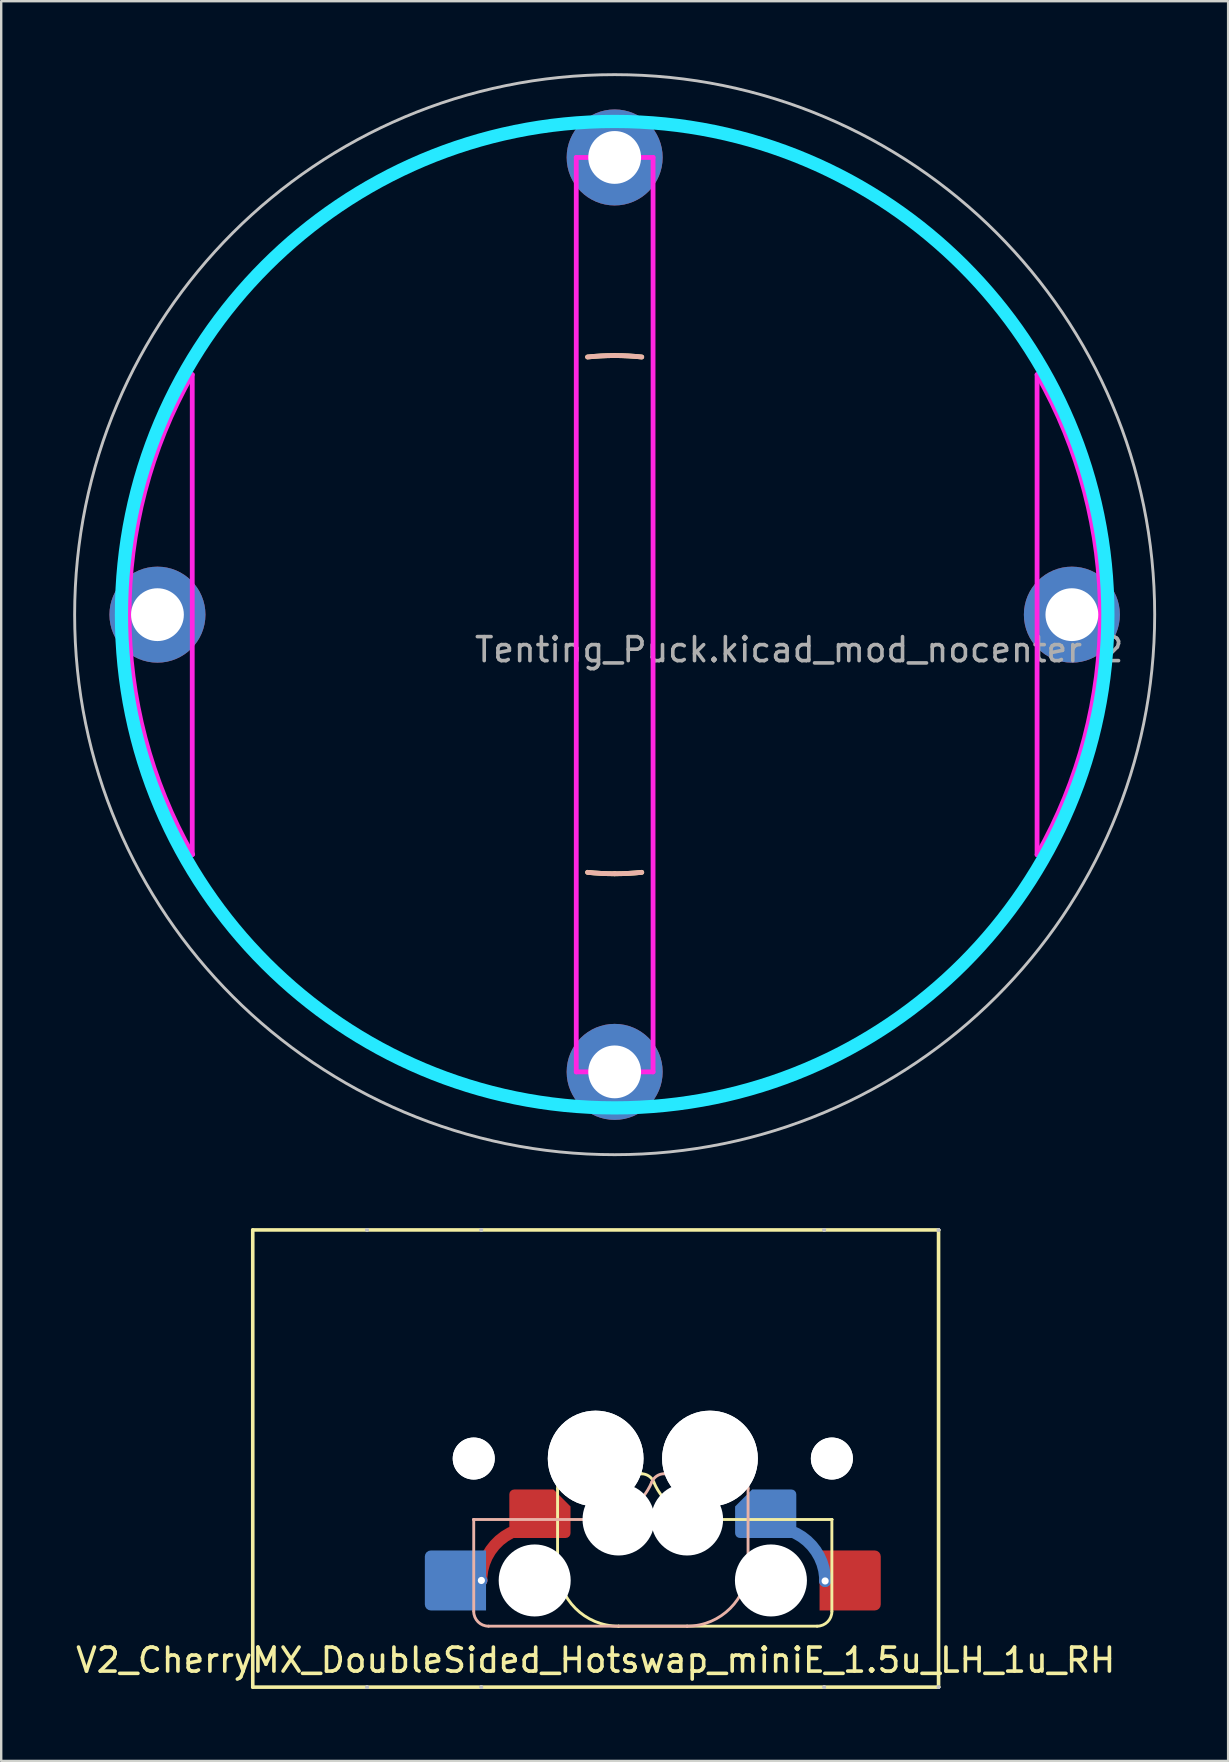
<source format=kicad_pcb>
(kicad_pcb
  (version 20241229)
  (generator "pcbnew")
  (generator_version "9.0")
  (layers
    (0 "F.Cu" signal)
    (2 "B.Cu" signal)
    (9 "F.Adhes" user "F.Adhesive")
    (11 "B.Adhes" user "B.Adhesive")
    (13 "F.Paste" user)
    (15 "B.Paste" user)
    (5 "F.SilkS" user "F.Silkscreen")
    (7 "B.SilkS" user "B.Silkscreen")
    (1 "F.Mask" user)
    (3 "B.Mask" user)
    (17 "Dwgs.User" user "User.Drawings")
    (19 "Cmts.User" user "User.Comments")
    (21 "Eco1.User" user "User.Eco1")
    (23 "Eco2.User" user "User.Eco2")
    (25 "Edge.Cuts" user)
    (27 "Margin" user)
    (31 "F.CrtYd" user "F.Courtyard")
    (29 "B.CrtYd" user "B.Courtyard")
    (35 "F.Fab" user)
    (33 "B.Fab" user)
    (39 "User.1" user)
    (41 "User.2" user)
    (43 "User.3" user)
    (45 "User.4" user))
  (footprint "Tenting_Puck.kicad_mod_nocenter 2"
    (layer "F.Cu")
    (at 22.56 22.56)
    (property "Reference" "Tenting_Puck.kicad_mod_nocenter 2" (at 7.684 1.46 0) (layer "F.Fab") (effects (font (size 1 1) (thickness 0.15))))
    (attr through_hole)
    (fp_arc (start -20.32 -2.8575) (mid -19.91151 -4.959786) (end -19.286134 -7.008048) (stroke (width 0.2) (type solid)) (layer "F.SilkS"))
    (fp_arc (start -19.286134 7.008047) (mid -19.91151 4.959786) (end -20.32 2.8575) (stroke (width 0.2) (type solid)) (layer "F.SilkS"))
    (fp_arc (start -7.008048 -19.286134) (mid -4.959786 -19.91151) (end -2.8575 -20.32) (stroke (width 0.2) (type solid)) (layer "F.SilkS"))
    (fp_arc (start -2.8575 20.32) (mid -4.959785 19.91151) (end -7.008046 19.286135) (stroke (width 0.2) (type solid)) (layer "F.SilkS"))
    (fp_arc (start -1.128385 -10.735864) (mid -0.564967 -10.780206) (end 0 -10.795) (stroke (width 0.2) (type solid)) (layer "F.SilkS"))
    (fp_arc (start 0 -10.795) (mid 0.564967 -10.780206) (end 1.128385 -10.735864) (stroke (width 0.2) (type solid)) (layer "F.SilkS"))
    (fp_arc (start 0 10.795) (mid -0.564967 10.780206) (end -1.128385 10.735864) (stroke (width 0.2) (type solid)) (layer "F.SilkS"))
    (fp_arc (start 1.128385 10.735864) (mid 0.564967 10.780206) (end 0 10.795) (stroke (width 0.2) (type solid)) (layer "F.SilkS"))
    (fp_arc (start 2.8575 -20.32) (mid 4.959786 -19.91151) (end 7.008047 -19.286134) (stroke (width 0.2) (type solid)) (layer "F.SilkS"))
    (fp_arc (start 7.008047 19.286134) (mid 4.959786 19.91151) (end 2.8575 20.32) (stroke (width 0.2) (type solid)) (layer "F.SilkS"))
    (fp_arc (start 19.286135 -7.008045) (mid 19.91151 -4.959785) (end 20.32 -2.8575) (stroke (width 0.2) (type solid)) (layer "F.SilkS"))
    (fp_arc (start 20.32 2.8575) (mid 19.91151 4.959785) (end 19.286135 7.008046) (stroke (width 0.2) (type solid)) (layer "F.SilkS"))
    (fp_arc (start -20.32 -2.8575) (mid -19.91151 -4.959784) (end -19.286136 -7.008044) (stroke (width 0.2) (type solid)) (layer "B.SilkS"))
    (fp_arc (start -19.286135 7.008046) (mid -19.91151 4.959785) (end -20.32 2.8575) (stroke (width 0.2) (type solid)) (layer "B.SilkS"))
    (fp_arc (start -7.008046 -19.286135) (mid -4.959785 -19.91151) (end -2.8575 -20.32) (stroke (width 0.2) (type solid)) (layer "B.SilkS"))
    (fp_arc (start -2.8575 20.32) (mid -4.959785 19.91151) (end -7.008045 19.286135) (stroke (width 0.2) (type solid)) (layer "B.SilkS"))
    (fp_arc (start -1.128385 -10.735864) (mid -0.564967 -10.780206) (end 0 -10.795) (stroke (width 0.2) (type solid)) (layer "B.SilkS"))
    (fp_arc (start 0 -10.795) (mid 0.564967 -10.780206) (end 1.128385 -10.735864) (stroke (width 0.2) (type solid)) (layer "B.SilkS"))
    (fp_arc (start 0 10.795) (mid -0.564967 10.780206) (end -1.128385 10.735864) (stroke (width 0.2) (type solid)) (layer "B.SilkS"))
    (fp_arc (start 1.128385 10.735864) (mid 0.564967 10.780206) (end 0 10.795) (stroke (width 0.2) (type solid)) (layer "B.SilkS"))
    (fp_arc (start 2.8575 -20.32) (mid 4.959787 -19.91151) (end 7.008049 -19.286134) (stroke (width 0.2) (type solid)) (layer "B.SilkS"))
    (fp_arc (start 7.008045 19.286135) (mid 4.959785 19.91151) (end 2.8575 20.32) (stroke (width 0.2) (type solid)) (layer "B.SilkS"))
    (fp_arc (start 19.286134 -7.008048) (mid 19.91151 -4.959786) (end 20.32 -2.8575) (stroke (width 0.2) (type solid)) (layer "B.SilkS"))
    (fp_arc (start 20.32 2.8575) (mid 19.91151 4.959786) (end 19.286134 7.008048) (stroke (width 0.2) (type solid)) (layer "B.SilkS"))
    (fp_circle (center 0 0) (end 22.5 0) (stroke (width 0.12) (type default)) (fill no) (layer "Dwgs.User"))
    (fp_circle (center 0 0) (end 20.55 0) (stroke (width 0.55) (type solid)) (fill no) (layer "B.CrtYd"))
    (fp_line (start -17.6 10) (end -17.6 -10) (stroke (width 0.2) (type solid)) (layer "F.CrtYd"))
    (fp_line (start -1.6 -19.05) (end 1.6 -19.05) (stroke (width 0.2) (type default)) (layer "F.CrtYd"))
    (fp_line (start -1.6 19.05) (end -1.6 -19.05) (stroke (width 0.2) (type solid)) (layer "F.CrtYd"))
    (fp_line (start -1.6 19.05) (end 1.6 19.05) (stroke (width 0.2) (type default)) (layer "F.CrtYd"))
    (fp_line (start 1.6 19.05) (end 1.6 -19.05) (stroke (width 0.2) (type solid)) (layer "F.CrtYd"))
    (fp_line (start 17.6 10) (end 17.6 -10) (stroke (width 0.2) (type solid)) (layer "F.CrtYd"))
    (fp_arc (start -17.582827 9.990223) (mid -20.232648 -0.00262) (end -17.599999 -10) (stroke (width 0.2) (type default)) (layer "F.CrtYd"))
    (fp_arc (start 17.599999 -10) (mid 20.238618 0) (end 17.599999 10) (stroke (width 0.2) (type default)) (layer "F.CrtYd"))
    (fp_circle (center 0 0) (end 20.55 0) (stroke (width 0.1) (type solid)) (fill no) (layer "User.9"))
    (pad "1" thru_hole circle (at -19.05 0) (size 4 4) (drill 2.2) (layers "*.Cu" "*.Mask"))
    (pad "1" thru_hole circle (at 0 -19.05) (size 4 4) (drill 2.2) (layers "*.Cu" "*.Mask"))
    (pad "1" thru_hole circle (at 0 19.05) (size 4 4) (drill 2.2) (layers "*.Cu" "*.Mask"))
    (pad "1" thru_hole circle (at 19.05 0) (size 4 4) (drill 2.2) (layers "*.Cu" "*.Mask")))
  (footprint "V2_CherryMX_DoubleSided_Hotswap_miniE_1.5u_LH_1u_RH"
    (layer "F.Cu")
    (at 21.768 57.72)
    (property "Reference" "V2_CherryMX_DoubleSided_Hotswap_miniE_1.5u_LH_1u_RH" (at 0 8.4 0) (layer "F.SilkS") (effects (font (size 1 1) (thickness 0.15))))
    (attr smd)
    (fp_line (start -14.287 -9.525) (end -14.287 9.525) (stroke (width 0.15) (type solid)) (layer "F.SilkS"))
    (fp_line (start -14.287 9.525) (end 14.287 9.525) (stroke (width 0.15) (type solid)) (layer "F.SilkS"))
    (fp_line (start -1.587 4.445) (end -1.587 1.26) (stroke (width 0.12) (type solid)) (layer "F.SilkS"))
    (fp_line (start -1.587 4.445) (end -1.587 4.445) (stroke (width 0.12) (type solid)) (layer "F.SilkS"))
    (fp_line (start -0.968 0.635) (end 1.923 0.635) (stroke (width 0.12) (type solid)) (layer "F.SilkS"))
    (fp_line (start 0.953 6.985) (end 0.953 6.985) (stroke (width 0.12) (type solid)) (layer "F.SilkS"))
    (fp_line (start 0.953 6.985) (end 9.223 6.985) (stroke (width 0.12) (type solid)) (layer "F.SilkS"))
    (fp_line (start 4.763 2.54) (end 4.763 2.54) (stroke (width 0.12) (type solid)) (layer "F.SilkS"))
    (fp_line (start 4.763 2.54) (end 9.842 2.54) (stroke (width 0.12) (type solid)) (layer "F.SilkS"))
    (fp_line (start 9.842 2.54) (end 9.842 2.54) (stroke (width 0.12) (type solid)) (layer "F.SilkS"))
    (fp_line (start 9.842 2.54) (end 9.842 2.54) (stroke (width 0.12) (type solid)) (layer "F.SilkS"))
    (fp_line (start 9.842 6.37) (end 9.842 2.54) (stroke (width 0.12) (type solid)) (layer "F.SilkS"))
    (fp_line (start 14.287 -9.525) (end -14.287 -9.525) (stroke (width 0.15) (type solid)) (layer "F.SilkS"))
    (fp_line (start 14.287 9.525) (end 14.287 -9.525) (stroke (width 0.15) (type solid)) (layer "F.SilkS"))
    (fp_arc (start -1.5875 1.25) (mid -1.407371 0.815129) (end -0.9725 0.635) (stroke (width 0.12) (type default)) (layer "F.SilkS"))
    (fp_arc (start 0.9525 6.985) (mid -0.843551 6.241051) (end -1.5875 4.445) (stroke (width 0.12) (type solid)) (layer "F.SilkS"))
    (fp_arc (start 1.922428 0.635) (mid 2.223364 0.734324) (end 2.4225 0.980845) (stroke (width 0.12) (type default)) (layer "F.SilkS"))
    (fp_arc (start 4.7625 2.54) (mid 3.357187 2.115202) (end 2.4225 0.983072) (stroke (width 0.12) (type solid)) (layer "F.SilkS"))
    (fp_arc (start 9.842629 6.37) (mid 9.6625 6.80487) (end 9.227629 6.985) (stroke (width 0.12) (type default)) (layer "F.SilkS"))
    (fp_line (start -5.08 2.54) (end -5.08 2.54) (stroke (width 0.12) (type solid)) (layer "B.SilkS"))
    (fp_line (start -5.08 2.54) (end -5.08 2.54) (stroke (width 0.12) (type solid)) (layer "B.SilkS"))
    (fp_line (start -5.08 6.36) (end -5.08 2.54) (stroke (width 0.12) (type solid)) (layer "B.SilkS"))
    (fp_line (start -4.46 6.985) (end 3.81 6.985) (stroke (width 0.12) (type solid)) (layer "B.SilkS"))
    (fp_line (start 0 2.54) (end -5.08 2.54) (stroke (width 0.12) (type solid)) (layer "B.SilkS"))
    (fp_line (start 0 2.54) (end 0 2.54) (stroke (width 0.12) (type solid)) (layer "B.SilkS"))
    (fp_line (start 2.86 0.635) (end 5.72 0.635) (stroke (width 0.12) (type solid)) (layer "B.SilkS"))
    (fp_line (start 3.81 6.985) (end 3.81 6.985) (stroke (width 0.12) (type solid)) (layer "B.SilkS"))
    (fp_line (start 6.35 1.25) (end 6.35 4.445) (stroke (width 0.12) (type solid)) (layer "B.SilkS"))
    (fp_line (start 6.35 4.445) (end 6.35 4.445) (stroke (width 0.12) (type solid)) (layer "B.SilkS"))
    (fp_arc (start -4.465 6.985) (mid -4.899871 6.804871) (end -5.08 6.37) (stroke (width 0.12) (type default)) (layer "B.SilkS"))
    (fp_arc (start 2.34 0.98) (mid 1.405313 2.11213) (end 0 2.536928) (stroke (width 0.12) (type solid)) (layer "B.SilkS"))
    (fp_arc (start 2.34 0.98) (mid 2.547381 0.727883) (end 2.859999 0.633863) (stroke (width 0.12) (type default)) (layer "B.SilkS"))
    (fp_arc (start 5.735129 0.635) (mid 6.169985 0.815144) (end 6.350129 1.25) (stroke (width 0.12) (type default)) (layer "B.SilkS"))
    (fp_arc (start 6.35 4.445) (mid 5.606051 6.241051) (end 3.81 6.985) (stroke (width 0.12) (type solid)) (layer "B.SilkS"))
    (fp_line (start -9.525 -9.525) (end -9.525 -9.525) (stroke (width 0.15) (type solid)) (layer "Dwgs.User"))
    (fp_line (start -9.525 -9.525) (end -9.525 -9.525) (stroke (width 0.15) (type solid)) (layer "Dwgs.User"))
    (fp_line (start -9.525 -9.525) (end -9.525 -9.525) (stroke (width 0.15) (type solid)) (layer "Dwgs.User"))
    (fp_line (start -9.525 -9.525) (end -9.525 -9.525) (stroke (width 0.15) (type solid)) (layer "Dwgs.User"))
    (fp_line (start -9.525 9.525) (end -9.525 9.525) (stroke (width 0.15) (type solid)) (layer "Dwgs.User"))
    (fp_line (start -9.525 9.525) (end -9.525 9.525) (stroke (width 0.15) (type solid)) (layer "Dwgs.User"))
    (fp_line (start -9.525 9.525) (end -9.525 9.525) (stroke (width 0.15) (type solid)) (layer "Dwgs.User"))
    (fp_line (start -9.525 9.525) (end -9.525 9.525) (stroke (width 0.15) (type solid)) (layer "Dwgs.User"))
    (fp_line (start -4.763 -9.525) (end -4.763 -9.525) (stroke (width 0.15) (type solid)) (layer "Dwgs.User"))
    (fp_line (start -4.763 -9.525) (end -4.763 -9.525) (stroke (width 0.15) (type solid)) (layer "Dwgs.User"))
    (fp_line (start -4.763 -9.525) (end -4.763 -9.525) (stroke (width 0.15) (type solid)) (layer "Dwgs.User"))
    (fp_line (start -4.763 -9.525) (end -4.763 -9.525) (stroke (width 0.15) (type solid)) (layer "Dwgs.User"))
    (fp_line (start -4.763 9.525) (end -4.763 9.525) (stroke (width 0.15) (type solid)) (layer "Dwgs.User"))
    (fp_line (start -4.763 9.525) (end -4.763 9.525) (stroke (width 0.15) (type solid)) (layer "Dwgs.User"))
    (fp_line (start -4.763 9.525) (end -4.763 9.525) (stroke (width 0.15) (type solid)) (layer "Dwgs.User"))
    (fp_line (start -4.763 9.525) (end -4.763 9.525) (stroke (width 0.15) (type solid)) (layer "Dwgs.User"))
    (fp_line (start 9.525 -9.525) (end 9.525 -9.525) (stroke (width 0.15) (type solid)) (layer "Dwgs.User"))
    (fp_line (start 9.525 -9.525) (end 9.525 -9.525) (stroke (width 0.15) (type solid)) (layer "Dwgs.User"))
    (fp_line (start 9.525 -9.525) (end 9.525 -9.525) (stroke (width 0.15) (type solid)) (layer "Dwgs.User"))
    (fp_line (start 9.525 -9.525) (end 9.525 -9.525) (stroke (width 0.15) (type solid)) (layer "Dwgs.User"))
    (fp_line (start 9.525 9.525) (end 9.525 9.525) (stroke (width 0.15) (type solid)) (layer "Dwgs.User"))
    (fp_line (start 9.525 9.525) (end 9.525 9.525) (stroke (width 0.15) (type solid)) (layer "Dwgs.User"))
    (fp_line (start 9.525 9.525) (end 9.525 9.525) (stroke (width 0.15) (type solid)) (layer "Dwgs.User"))
    (fp_line (start 9.525 9.525) (end 9.525 9.525) (stroke (width 0.15) (type solid)) (layer "Dwgs.User"))
    (fp_line (start 14.287 -9.525) (end 14.287 -9.525) (stroke (width 0.15) (type solid)) (layer "Dwgs.User"))
    (fp_line (start 14.287 -9.525) (end 14.287 -9.525) (stroke (width 0.15) (type solid)) (layer "Dwgs.User"))
    (fp_line (start 14.287 -9.525) (end 14.287 -9.525) (stroke (width 0.15) (type solid)) (layer "Dwgs.User"))
    (fp_line (start 14.287 -9.525) (end 14.287 -9.525) (stroke (width 0.15) (type solid)) (layer "Dwgs.User"))
    (fp_line (start 14.287 9.525) (end 14.287 9.525) (stroke (width 0.15) (type solid)) (layer "Dwgs.User"))
    (fp_line (start 14.287 9.525) (end 14.287 9.525) (stroke (width 0.15) (type solid)) (layer "Dwgs.User"))
    (fp_line (start 14.287 9.525) (end 14.287 9.525) (stroke (width 0.15) (type solid)) (layer "Dwgs.User"))
    (fp_line (start 14.287 9.525) (end 14.287 9.525) (stroke (width 0.15) (type solid)) (layer "Dwgs.User"))
    (fp_line (start -9.525 9.525) (end -9.525 -9.525) (stroke (width 0.15) (type solid)) (layer "User.2"))
    (fp_line (start -4.763 9.525) (end -4.763 -9.525) (stroke (width 0.15) (type solid)) (layer "User.2"))
    (fp_line (start 9.525 -9.525) (end -9.525 -9.525) (stroke (width 0.15) (type solid)) (layer "User.2"))
    (fp_line (start 9.525 9.525) (end -9.525 9.525) (stroke (width 0.15) (type solid)) (layer "User.2"))
    (fp_line (start 9.525 9.525) (end 9.525 -9.525) (stroke (width 0.15) (type solid)) (layer "User.2"))
    (fp_line (start 14.287 -9.525) (end -4.763 -9.525) (stroke (width 0.15) (type solid)) (layer "User.2"))
    (fp_line (start 14.287 9.525) (end -4.763 9.525) (stroke (width 0.15) (type solid)) (layer "User.2"))
    (fp_line (start 14.287 9.525) (end 14.287 -9.525) (stroke (width 0.15) (type solid)) (layer "User.2"))
    (pad "" np_thru_hole circle (at -5.08 0 180) (size 1.75 1.75) (drill 1.75) (layers "*.Cu" "*.Mask"))
    (pad "" np_thru_hole circle (at -5.08 0 180) (size 1.75 1.75) (drill 1.75) (layers "*.Cu" "*.Mask"))
    (pad "" np_thru_hole circle (at -2.54 5.08 180) (size 3 3) (drill 3) (layers "*.Cu" "*.Mask"))
    (pad "" np_thru_hole circle (at -0.318 0 180) (size 1.75 1.75) (drill 1.75) (layers "*.Cu" "*.Mask"))
    (pad "" np_thru_hole circle (at -0.318 0 180) (size 1.75 1.75) (drill 1.75) (layers "*.Cu" "*.Mask"))
    (pad "" np_thru_hole circle (at 0 0 180) (size 3.988 3.988) (drill 3.988) (layers "*.Cu" "*.Mask"))
    (pad "" np_thru_hole circle (at 0 0 180) (size 3.988 3.988) (drill 3.988) (layers "*.Cu" "*.Mask"))
    (pad "" np_thru_hole circle (at 0.953 2.54 180) (size 3 3) (drill 3) (layers "*.Cu" "*.Mask"))
    (pad "" np_thru_hole circle (at 3.81 2.54 180) (size 3 3) (drill 3) (layers "*.Cu" "*.Mask"))
    (pad "" np_thru_hole circle (at 4.763 0 180) (size 3.988 3.988) (drill 3.988) (layers "*.Cu" "*.Mask"))
    (pad "" np_thru_hole circle (at 4.763 0 180) (size 3.988 3.988) (drill 3.988) (layers "*.Cu" "*.Mask"))
    (pad "" np_thru_hole circle (at 5.08 0 180) (size 1.75 1.75) (drill 1.75) (layers "*.Cu" "*.Mask"))
    (pad "" np_thru_hole circle (at 5.08 0 180) (size 1.75 1.75) (drill 1.75) (layers "*.Cu" "*.Mask"))
    (pad "" np_thru_hole circle (at 7.303 5.08 180) (size 3 3) (drill 3) (layers "*.Cu" "*.Mask"))
    (pad "" np_thru_hole circle (at 9.842 0 180) (size 1.75 1.75) (drill 1.75) (layers "*.Cu" "*.Mask"))
    (pad "" np_thru_hole circle (at 9.842 0 180) (size 1.75 1.75) (drill 1.75) (layers "*.Cu" "*.Mask"))
    (pad "5" smd roundrect (at -5.842 5.08 180) (size 2.55 2.5) (layers "B.Cu" "B.Mask" "B.Paste") (roundrect_rratio 0.1) (chamfer_ratio 0) (chamfer top_left bottom_left))
    (pad "5" thru_hole circle (at -4.761 5.08 180) (size 0.5 0.5) (drill 0.3) (layers "*.Cu" "*.Mask"))
    (pad "5" smd custom (at -2.322 2.3 180) (size 2.02 2.02) (layers "F.Cu" "F.Mask" "F.Paste") (options (anchor circle)) (primitives (gr_poly (pts (xy -1.275 -0.808) (xy -1.26 -0.885) (xy -1.216 -0.951) (xy -1.15 -0.995) (xy -1.073 -1.01) (xy 1.073 -1.01) (xy 1.15 -0.995) (xy 1.216 -0.951) (xy 1.26 -0.885) (xy 1.275 -0.808) (xy 1.275 0.808) (xy 1.26 0.885) (xy 1.216 0.951) (xy 1.15 0.995) (xy 1.073 1.01) (xy -0.568 1.01) (xy -1.275 0.303)) (width 0) (fill yes)) (gr_arc (start 2.438603 -2.78) (mid 1.788057 -1.209443) (end 0.2175 -0.558897) (width 0.5))))
    (pad "6" smd custom (at 7.085 2.3 180) (size 2.02 2.02) (layers "B.Cu" "B.Mask" "B.Paste") (options (anchor circle)) (primitives (gr_poly (pts (xy -1.275 -0.808) (xy -1.26 -0.885) (xy -1.216 -0.951) (xy -1.15 -0.995) (xy -1.073 -1.01) (xy 1.073 -1.01) (xy 1.15 -0.995) (xy 1.216 -0.951) (xy 1.26 -0.885) (xy 1.275 -0.808) (xy 1.275 0.303) (xy 0.568 1.01) (xy -1.073 1.01) (xy -1.15 0.995) (xy -1.216 0.951) (xy -1.26 0.885) (xy -1.275 0.808)) (width 0) (fill yes)) (gr_arc (start -0.254443 -0.579454) (mid -1.825 -1.23) (end -2.475546 -2.800557) (width 0.5))))
    (pad "6" thru_hole circle (at 9.561 5.101 180) (size 0.5 0.5) (drill 0.3) (layers "*.Cu" "*.Mask"))
    (pad "6" smd roundrect (at 10.604 5.08 180) (size 2.55 2.5) (layers "F.Cu" "F.Mask" "F.Paste") (roundrect_rratio 0.1) (chamfer_ratio 0) (chamfer top_right bottom_right)))
  (gr_rect
    (start -3 -3)
    (end 48.12 70.32)
    (stroke (width 0.1) (type default))
    (fill no)
    (layer "Edge.Cuts")))
</source>
